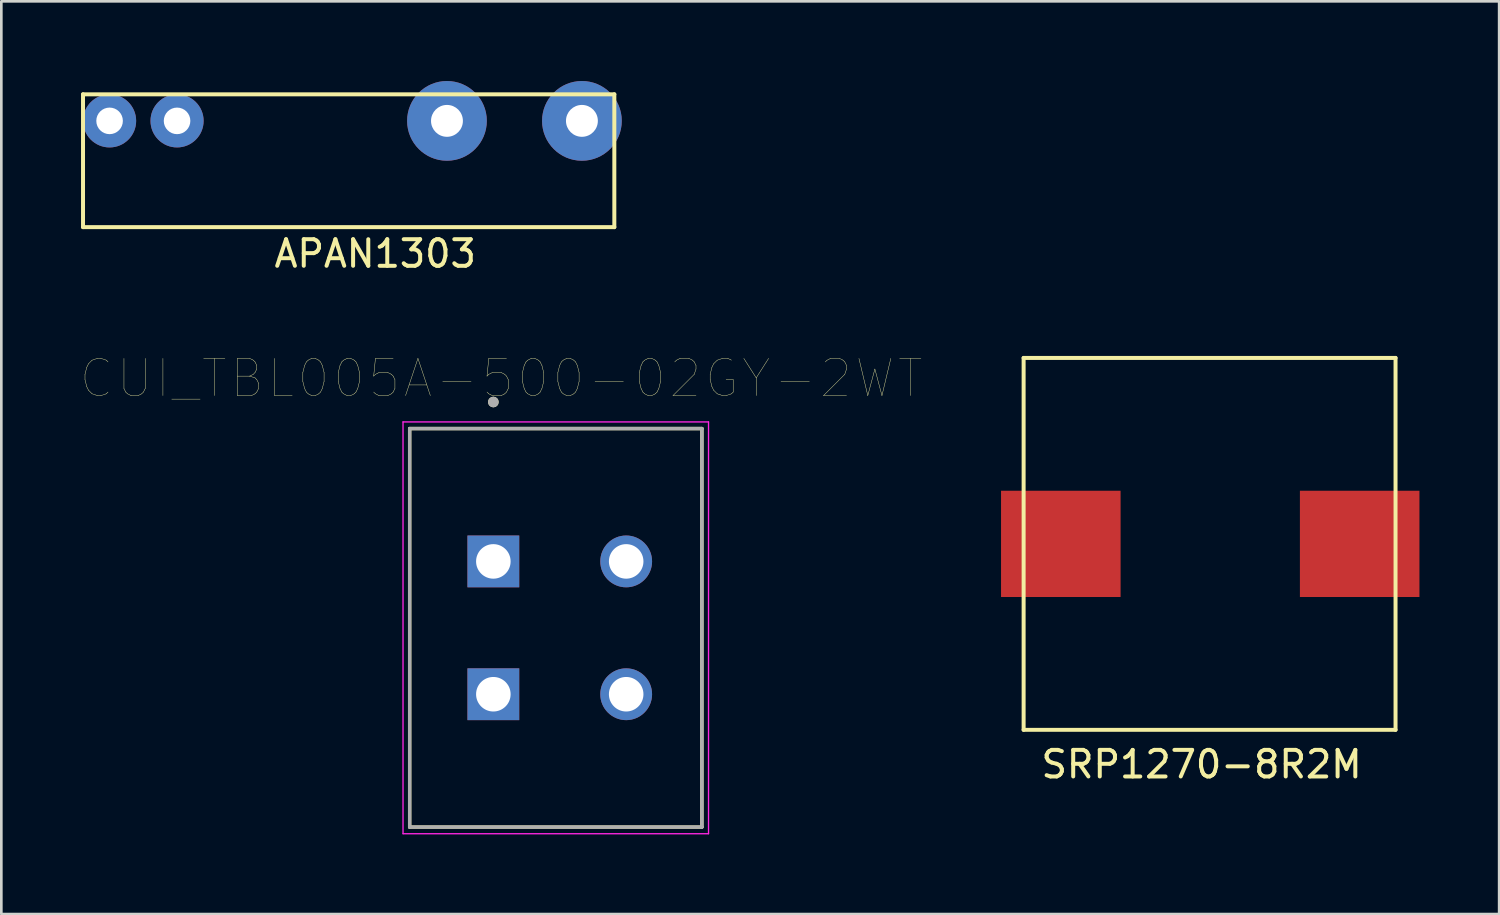
<source format=kicad_pcb>
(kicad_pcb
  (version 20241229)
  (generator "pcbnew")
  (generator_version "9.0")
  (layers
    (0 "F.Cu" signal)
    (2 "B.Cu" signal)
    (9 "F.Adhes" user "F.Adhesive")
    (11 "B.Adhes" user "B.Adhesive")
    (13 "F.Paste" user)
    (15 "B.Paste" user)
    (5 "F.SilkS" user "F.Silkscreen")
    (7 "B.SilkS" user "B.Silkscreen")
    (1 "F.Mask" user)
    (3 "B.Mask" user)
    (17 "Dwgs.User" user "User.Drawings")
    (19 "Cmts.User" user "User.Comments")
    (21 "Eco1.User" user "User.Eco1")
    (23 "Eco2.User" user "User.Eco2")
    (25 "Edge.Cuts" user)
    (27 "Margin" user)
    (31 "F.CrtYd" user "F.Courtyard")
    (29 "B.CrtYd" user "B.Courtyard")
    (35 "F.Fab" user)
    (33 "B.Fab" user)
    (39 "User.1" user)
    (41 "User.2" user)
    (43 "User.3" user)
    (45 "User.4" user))
  (footprint "CUI_TBL005A-500-02GY-2WT"
    (layer "F.Cu")
    (at 15.521 18.083)
    (property "Reference" "CUI_TBL005A-500-02GY-2WT" (at 0.295 -6.889 0) (layer "F.SilkS") (effects (font (size 1.4 1.4) (thickness 0.015))))
    (attr through_hole)
    (fp_line (start -3.15 -5) (end 7.85 -5) (stroke (width 0.127) (type solid)) (layer "F.SilkS"))
    (fp_line (start -3.15 10) (end -3.15 -5) (stroke (width 0.127) (type solid)) (layer "F.SilkS"))
    (fp_line (start 7.85 -5) (end 7.85 10) (stroke (width 0.127) (type solid)) (layer "F.SilkS"))
    (fp_line (start 7.85 10) (end -3.15 10) (stroke (width 0.127) (type solid)) (layer "F.SilkS"))
    (fp_circle (center 0 -6) (end 0.1 -6) (stroke (width 0.2) (type solid)) (fill no) (layer "F.SilkS"))
    (fp_line (start -3.4 -5.25) (end 8.1 -5.25) (stroke (width 0.05) (type solid)) (layer "F.CrtYd"))
    (fp_line (start -3.4 10.25) (end -3.4 -5.25) (stroke (width 0.05) (type solid)) (layer "F.CrtYd"))
    (fp_line (start 8.1 -5.25) (end 8.1 10.25) (stroke (width 0.05) (type solid)) (layer "F.CrtYd"))
    (fp_line (start 8.1 10.25) (end -3.4 10.25) (stroke (width 0.05) (type solid)) (layer "F.CrtYd"))
    (fp_line (start -3.15 -5) (end 7.85 -5) (stroke (width 0.127) (type solid)) (layer "F.Fab"))
    (fp_line (start -3.15 10) (end -3.15 -5) (stroke (width 0.127) (type solid)) (layer "F.Fab"))
    (fp_line (start 7.85 -5) (end 7.85 10) (stroke (width 0.127) (type solid)) (layer "F.Fab"))
    (fp_line (start 7.85 10) (end -3.15 10) (stroke (width 0.127) (type solid)) (layer "F.Fab"))
    (fp_circle (center 0 -6) (end 0.1 -6) (stroke (width 0.2) (type solid)) (fill no) (layer "F.Fab"))
    (pad "1" thru_hole rect (at 0 0) (size 1.95 1.95) (drill 1.3) (layers "*.Cu" "*.Mask"))
    (pad "1" thru_hole rect (at 0 5) (size 1.95 1.95) (drill 1.3) (layers "*.Cu" "*.Mask"))
    (pad "2" thru_hole circle (at 5 0) (size 1.95 1.95) (drill 1.3) (layers "*.Cu" "*.Mask"))
    (pad "2" thru_hole circle (at 5 5) (size 1.95 1.95) (drill 1.3) (layers "*.Cu" "*.Mask")))
  (footprint "SRP1270-8R2M"
    (layer "F.Cu")
    (at 36.882 17.423)
    (property "Reference" "SRP1270-8R2M" (at 5.3 8.3 0) (layer "F.SilkS") (effects (font (size 1 1) (thickness 0.15))))
    (attr through_hole)
    (fp_line (start -1.4 -7) (end 12.6 -7) (stroke (width 0.15) (type solid)) (layer "F.SilkS"))
    (fp_line (start -1.4 7) (end -1.4 -7) (stroke (width 0.15) (type solid)) (layer "F.SilkS"))
    (fp_line (start 12.6 -7) (end 12.6 7) (stroke (width 0.15) (type solid)) (layer "F.SilkS"))
    (fp_line (start 12.6 7) (end -1.4 7) (stroke (width 0.15) (type solid)) (layer "F.SilkS"))
    (pad "1" smd rect (at 0 0) (size 4.5 4) (layers "F.Cu" "F.Mask" "F.Paste"))
    (pad "2" smd rect (at 11.25 0) (size 4.5 4) (layers "F.Cu" "F.Mask" "F.Paste")))
  (footprint "APAN1303"
    (layer "F.Cu")
    (at 1.075 1.5)
    (property "Reference" "APAN1303" (at 10 5 0) (layer "F.SilkS") (effects (font (size 1 1) (thickness 0.15))))
    (attr through_hole)
    (fp_line (start -1 -1) (end 19 -1) (stroke (width 0.15) (type solid)) (layer "F.SilkS"))
    (fp_line (start -1 4) (end -1 -1) (stroke (width 0.15) (type solid)) (layer "F.SilkS"))
    (fp_line (start 19 -1) (end 19 4) (stroke (width 0.15) (type solid)) (layer "F.SilkS"))
    (fp_line (start 19 4) (end -1 4) (stroke (width 0.15) (type solid)) (layer "F.SilkS"))
    (pad "1" thru_hole circle (at 0 0) (size 2 2) (drill 1) (layers "*.Cu" "*.Mask"))
    (pad "2" thru_hole circle (at 2.54 0) (size 2 2) (drill 1) (layers "*.Cu" "*.Mask"))
    (pad "3" thru_hole circle (at 12.7 0) (size 3 3) (drill 1.2) (layers "*.Cu" "*.Mask"))
    (pad "4" thru_hole circle (at 17.78 0) (size 3 3) (drill 1.2) (layers "*.Cu" "*.Mask")))
  (gr_rect
    (start -3 -3)
    (end 53.382 31.358)
    (stroke (width 0.1) (type default))
    (fill no)
    (layer "Edge.Cuts")))
</source>
